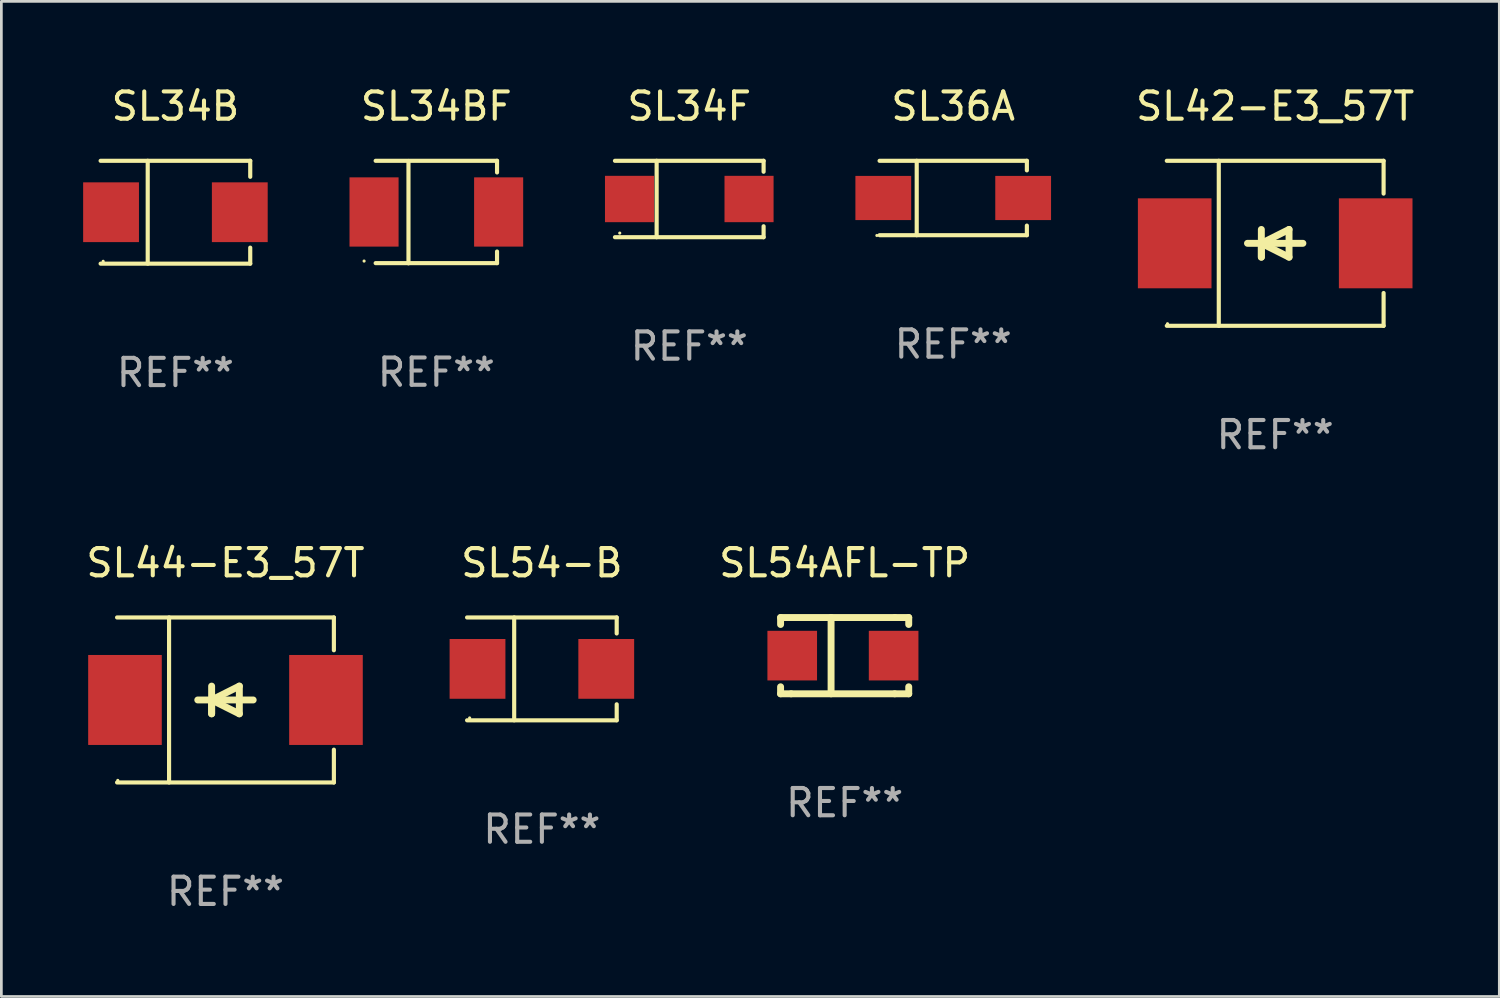
<source format=kicad_pcb>
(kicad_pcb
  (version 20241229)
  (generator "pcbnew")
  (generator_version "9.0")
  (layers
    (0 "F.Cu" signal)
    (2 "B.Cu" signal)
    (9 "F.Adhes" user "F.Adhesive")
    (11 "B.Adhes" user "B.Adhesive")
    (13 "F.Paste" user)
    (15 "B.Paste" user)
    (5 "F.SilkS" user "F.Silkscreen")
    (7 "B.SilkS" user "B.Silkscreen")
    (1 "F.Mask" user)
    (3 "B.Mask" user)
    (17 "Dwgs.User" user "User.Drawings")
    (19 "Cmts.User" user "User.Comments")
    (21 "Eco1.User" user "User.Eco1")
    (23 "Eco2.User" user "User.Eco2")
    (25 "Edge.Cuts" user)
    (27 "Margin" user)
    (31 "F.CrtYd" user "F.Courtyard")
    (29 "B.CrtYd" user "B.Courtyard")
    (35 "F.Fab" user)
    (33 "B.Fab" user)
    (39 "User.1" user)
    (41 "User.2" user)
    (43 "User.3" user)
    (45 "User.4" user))
  (footprint "SL54AFL-TP"
    (layer "F.Cu")
    (at 27.93 20.997)
    (property "Reference" "SL54AFL-TP" (at 0 -3.4 0) (layer "F.SilkS") (effects (font (size 1 1) (thickness 0.15))))
    (attr through_hole)
    (fp_line (start -2.35 -1.397) (end -2.35 -1.143) (stroke (width 0.254) (type solid)) (layer "F.SilkS"))
    (fp_line (start -2.35 1.4) (end -2.35 1.143) (stroke (width 0.254) (type solid)) (layer "F.SilkS"))
    (fp_line (start -1.964 1.4) (end -2.35 1.4) (stroke (width 0.254) (type solid)) (layer "F.SilkS"))
    (fp_line (start -1.964 1.4) (end 1.837 1.4) (stroke (width 0.254) (type solid)) (layer "F.SilkS"))
    (fp_line (start -0.498 -1.4) (end -0.498 1.4) (stroke (width 0.254) (type solid)) (layer "F.SilkS"))
    (fp_line (start 1.837 1.4) (end 2.35 1.4) (stroke (width 0.254) (type solid)) (layer "F.SilkS"))
    (fp_line (start 1.842 -1.397) (end -2.35 -1.397) (stroke (width 0.254) (type solid)) (layer "F.SilkS"))
    (fp_line (start 1.842 -1.397) (end 2.35 -1.397) (stroke (width 0.254) (type solid)) (layer "F.SilkS"))
    (fp_line (start 2.35 -1.397) (end 2.35 -1.143) (stroke (width 0.254) (type solid)) (layer "F.SilkS"))
    (fp_line (start 2.35 1.4) (end 2.35 1.143) (stroke (width 0.254) (type solid)) (layer "F.SilkS"))
    (fp_circle (center -2.355 1.25) (end -2.325 1.25) (stroke (width 0.06) (type solid)) (fill no) (layer "F.SilkS"))
    (fp_text user "REF**" (at 0 5.4 0) (layer "F.Fab") (effects (font (size 1 1) (thickness 0.15))))
    (pad "1" smd rect (at -1.923 -0.000076) (size 1.82 1.82) (layers "F.Cu" "F.Mask" "F.Paste"))
    (pad "2" smd rect (at 1.796 -0.000076) (size 1.82 1.82) (layers "F.Cu" "F.Mask" "F.Paste")))
  (footprint "SL44-E3_57T"
    (layer "F.Cu")
    (at 5.22 22.623)
    (property "Reference" "SL44-E3_57T" (at 0 -5.026 0) (layer "F.SilkS") (effects (font (size 1 1) (thickness 0.15))))
    (attr through_hole)
    (fp_line (start -3.976 -3.026) (end 3.976 -3.026) (stroke (width 0.152) (type solid)) (layer "F.SilkS"))
    (fp_line (start -3.976 3.026) (end 3.976 3.026) (stroke (width 0.152) (type solid)) (layer "F.SilkS"))
    (fp_line (start -2.069 -3.026) (end -2.069 3.026) (stroke (width 0.152) (type solid)) (layer "F.SilkS"))
    (fp_line (start -0.508 0) (end -0.508 0.508) (stroke (width 0.254) (type solid)) (layer "F.SilkS"))
    (fp_line (start -0.508 0) (end 0.508 0.508) (stroke (width 0.254) (type solid)) (layer "F.SilkS"))
    (fp_line (start -0.508 0.508) (end -0.508 -0.508) (stroke (width 0.254) (type solid)) (layer "F.SilkS"))
    (fp_line (start 0.508 -0.508) (end -0.508 0) (stroke (width 0.254) (type solid)) (layer "F.SilkS"))
    (fp_line (start 0.508 0.508) (end 0.508 -0.508) (stroke (width 0.254) (type solid)) (layer "F.SilkS"))
    (fp_line (start 1.016 0) (end -1.016 0) (stroke (width 0.254) (type solid)) (layer "F.SilkS"))
    (fp_line (start 3.976 -3.026) (end 3.976 -1.823) (stroke (width 0.152) (type solid)) (layer "F.SilkS"))
    (fp_line (start 3.976 3.026) (end 3.976 1.823) (stroke (width 0.152) (type solid)) (layer "F.SilkS"))
    (fp_circle (center -3.95 2.95) (end -3.92 2.95) (stroke (width 0.06) (type solid)) (fill no) (layer "F.SilkS"))
    (fp_text user "REF**" (at 0 7.026 0) (layer "F.Fab") (effects (font (size 1 1) (thickness 0.15))))
    (pad "1" smd rect (at -3.686 0) (size 2.7 3.3) (layers "F.Cu" "F.Mask" "F.Paste"))
    (pad "2" smd rect (at 3.686 0) (size 2.7 3.3) (layers "F.Cu" "F.Mask" "F.Paste")))
  (footprint "SL54-B"
    (layer "F.Cu")
    (at 16.825 21.483)
    (property "Reference" "SL54-B" (at 0 -3.886 0) (layer "F.SilkS") (effects (font (size 1 1) (thickness 0.15))))
    (attr through_hole)
    (fp_line (start -2.744 -1.886) (end 2.744 -1.886) (stroke (width 0.152) (type solid)) (layer "F.SilkS"))
    (fp_line (start -2.744 1.886) (end 2.744 1.886) (stroke (width 0.152) (type solid)) (layer "F.SilkS"))
    (fp_line (start -1.016 -1.886) (end -1.016 1.886) (stroke (width 0.152) (type solid)) (layer "F.SilkS"))
    (fp_line (start 2.744 -1.886) (end 2.744 -1.299) (stroke (width 0.152) (type solid)) (layer "F.SilkS"))
    (fp_line (start 2.744 1.886) (end 2.744 1.299) (stroke (width 0.152) (type solid)) (layer "F.SilkS"))
    (fp_circle (center -2.65 1.8) (end -2.62 1.8) (stroke (width 0.06) (type solid)) (fill no) (layer "F.SilkS"))
    (fp_text user "REF**" (at 0 5.886 0) (layer "F.Fab") (effects (font (size 1 1) (thickness 0.15))))
    (pad "1" smd rect (at -2.361 0) (size 2.047 2.192) (layers "F.Cu" "F.Mask" "F.Paste"))
    (pad "2" smd rect (at 2.361 0) (size 2.047 2.192) (layers "F.Cu" "F.Mask" "F.Paste")))
  (footprint "SL36A"
    (layer "F.Cu")
    (at 31.912 4.212)
    (property "Reference" "SL36A" (at 0 -3.364 0) (layer "F.SilkS") (effects (font (size 1 1) (thickness 0.15))))
    (attr through_hole)
    (fp_line (start -2.701 -1.364) (end 2.701 -1.364) (stroke (width 0.152) (type solid)) (layer "F.SilkS"))
    (fp_line (start -2.701 1.364) (end 2.701 1.364) (stroke (width 0.152) (type solid)) (layer "F.SilkS"))
    (fp_line (start -1.339 -1.364) (end -1.339 1.364) (stroke (width 0.152) (type solid)) (layer "F.SilkS"))
    (fp_line (start 2.701 -1.364) (end 2.701 -1.013) (stroke (width 0.152) (type solid)) (layer "F.SilkS"))
    (fp_line (start 2.701 1.364) (end 2.701 1.013) (stroke (width 0.152) (type solid)) (layer "F.SilkS"))
    (fp_circle (center -2.8 1.375) (end -2.77 1.375) (stroke (width 0.06) (type solid)) (fill no) (layer "F.SilkS"))
    (fp_text user "REF**" (at 0 5.364 0) (layer "F.Fab") (effects (font (size 1 1) (thickness 0.15))))
    (pad "1" smd rect (at -2.565 -0.000025) (size 2.046 1.62) (layers "F.Cu" "F.Mask" "F.Paste"))
    (pad "2" smd rect (at 2.565 -0.000025) (size 2.046 1.62) (layers "F.Cu" "F.Mask" "F.Paste")))
  (footprint "SL34BF"
    (layer "F.Cu")
    (at 12.954 4.728)
    (property "Reference" "SL34BF" (at 0 -3.88 0) (layer "F.SilkS") (effects (font (size 1 1) (thickness 0.15))))
    (attr through_hole)
    (fp_line (start -2.226 -1.88) (end 2.226 -1.88) (stroke (width 0.152) (type solid)) (layer "F.SilkS"))
    (fp_line (start -2.226 1.873) (end 2.226 1.873) (stroke (width 0.152) (type solid)) (layer "F.SilkS"))
    (fp_line (start -1.022 -1.873) (end -1.022 1.88) (stroke (width 0.152) (type solid)) (layer "F.SilkS"))
    (fp_line (start 2.226 -1.88) (end 2.226 -1.453) (stroke (width 0.152) (type solid)) (layer "F.SilkS"))
    (fp_line (start 2.226 1.447) (end 2.226 1.873) (stroke (width 0.152) (type solid)) (layer "F.SilkS"))
    (fp_circle (center -2.65 1.797) (end -2.62 1.797) (stroke (width 0.06) (type solid)) (fill no) (layer "F.SilkS"))
    (fp_text user "REF**" (at 0 5.88 0) (layer "F.Fab") (effects (font (size 1 1) (thickness 0.15))))
    (pad "1" smd rect (at -2.285 -0.003) (size 1.8 2.54) (layers "F.Cu" "F.Mask" "F.Paste"))
    (pad "2" smd rect (at 2.285 -0.003) (size 1.8 2.54) (layers "F.Cu" "F.Mask" "F.Paste")))
  (footprint "SL42-E3_57T"
    (layer "F.Cu")
    (at 43.721 5.874)
    (property "Reference" "SL42-E3_57T" (at 0 -5.026 0) (layer "F.SilkS") (effects (font (size 1 1) (thickness 0.15))))
    (attr through_hole)
    (fp_line (start -3.976 -3.026) (end 3.976 -3.026) (stroke (width 0.152) (type solid)) (layer "F.SilkS"))
    (fp_line (start -3.976 3.026) (end 3.976 3.026) (stroke (width 0.152) (type solid)) (layer "F.SilkS"))
    (fp_line (start -2.069 -3.026) (end -2.069 3.026) (stroke (width 0.152) (type solid)) (layer "F.SilkS"))
    (fp_line (start -0.508 0) (end -0.508 0.508) (stroke (width 0.254) (type solid)) (layer "F.SilkS"))
    (fp_line (start -0.508 0) (end 0.508 0.508) (stroke (width 0.254) (type solid)) (layer "F.SilkS"))
    (fp_line (start -0.508 0.508) (end -0.508 -0.508) (stroke (width 0.254) (type solid)) (layer "F.SilkS"))
    (fp_line (start 0.508 -0.508) (end -0.508 0) (stroke (width 0.254) (type solid)) (layer "F.SilkS"))
    (fp_line (start 0.508 0.508) (end 0.508 -0.508) (stroke (width 0.254) (type solid)) (layer "F.SilkS"))
    (fp_line (start 1.016 0) (end -1.016 0) (stroke (width 0.254) (type solid)) (layer "F.SilkS"))
    (fp_line (start 3.976 -3.026) (end 3.976 -1.823) (stroke (width 0.152) (type solid)) (layer "F.SilkS"))
    (fp_line (start 3.976 3.026) (end 3.976 1.823) (stroke (width 0.152) (type solid)) (layer "F.SilkS"))
    (fp_circle (center -3.95 2.95) (end -3.92 2.95) (stroke (width 0.06) (type solid)) (fill no) (layer "F.SilkS"))
    (fp_text user "REF**" (at 0 7.026 0) (layer "F.Fab") (effects (font (size 1 1) (thickness 0.15))))
    (pad "1" smd rect (at -3.686 0) (size 2.7 3.3) (layers "F.Cu" "F.Mask" "F.Paste"))
    (pad "2" smd rect (at 3.686 0) (size 2.7 3.3) (layers "F.Cu" "F.Mask" "F.Paste")))
  (footprint "SL34B"
    (layer "F.Cu")
    (at 3.384 4.734)
    (property "Reference" "SL34B" (at 0 -3.886 0) (layer "F.SilkS") (effects (font (size 1 1) (thickness 0.15))))
    (attr through_hole)
    (fp_line (start -2.744 -1.886) (end 2.744 -1.886) (stroke (width 0.152) (type solid)) (layer "F.SilkS"))
    (fp_line (start -2.744 1.886) (end 2.744 1.886) (stroke (width 0.152) (type solid)) (layer "F.SilkS"))
    (fp_line (start -1.016 -1.886) (end -1.016 1.886) (stroke (width 0.152) (type solid)) (layer "F.SilkS"))
    (fp_line (start 2.744 -1.886) (end 2.744 -1.299) (stroke (width 0.152) (type solid)) (layer "F.SilkS"))
    (fp_line (start 2.744 1.886) (end 2.744 1.299) (stroke (width 0.152) (type solid)) (layer "F.SilkS"))
    (fp_circle (center -2.65 1.8) (end -2.62 1.8) (stroke (width 0.06) (type solid)) (fill no) (layer "F.SilkS"))
    (fp_text user "REF**" (at 0 5.886 0) (layer "F.Fab") (effects (font (size 1 1) (thickness 0.15))))
    (pad "1" smd rect (at -2.361 0) (size 2.047 2.192) (layers "F.Cu" "F.Mask" "F.Paste"))
    (pad "2" smd rect (at 2.361 0) (size 2.047 2.192) (layers "F.Cu" "F.Mask" "F.Paste")))
  (footprint "SL34F"
    (layer "F.Cu")
    (at 22.231 4.249)
    (property "Reference" "SL34F" (at 0 -3.401 0) (layer "F.SilkS") (effects (font (size 1 1) (thickness 0.15))))
    (attr through_hole)
    (fp_line (start -2.726 -1.401) (end 2.726 -1.401) (stroke (width 0.152) (type solid)) (layer "F.SilkS"))
    (fp_line (start -2.726 1.401) (end 2.726 1.401) (stroke (width 0.152) (type solid)) (layer "F.SilkS"))
    (fp_line (start -1.197 -1.401) (end -1.197 1.401) (stroke (width 0.152) (type solid)) (layer "F.SilkS"))
    (fp_line (start 2.726 -1.401) (end 2.726 -1) (stroke (width 0.152) (type solid)) (layer "F.SilkS"))
    (fp_line (start 2.726 1.401) (end 2.726 1) (stroke (width 0.152) (type solid)) (layer "F.SilkS"))
    (fp_circle (center -2.55 1.25) (end -2.52 1.25) (stroke (width 0.06) (type solid)) (fill no) (layer "F.SilkS"))
    (fp_text user "REF**" (at 0 5.401 0) (layer "F.Fab") (effects (font (size 1 1) (thickness 0.15))))
    (pad "1" smd rect (at -2.192 0) (size 1.8 1.7) (layers "F.Cu" "F.Mask" "F.Paste"))
    (pad "2" smd rect (at 2.192 0) (size 1.8 1.7) (layers "F.Cu" "F.Mask" "F.Paste")))
  (gr_rect
    (start -3 -3)
    (end 51.941 33.498)
    (stroke (width 0.1) (type default))
    (fill no)
    (layer "Edge.Cuts")))
</source>
